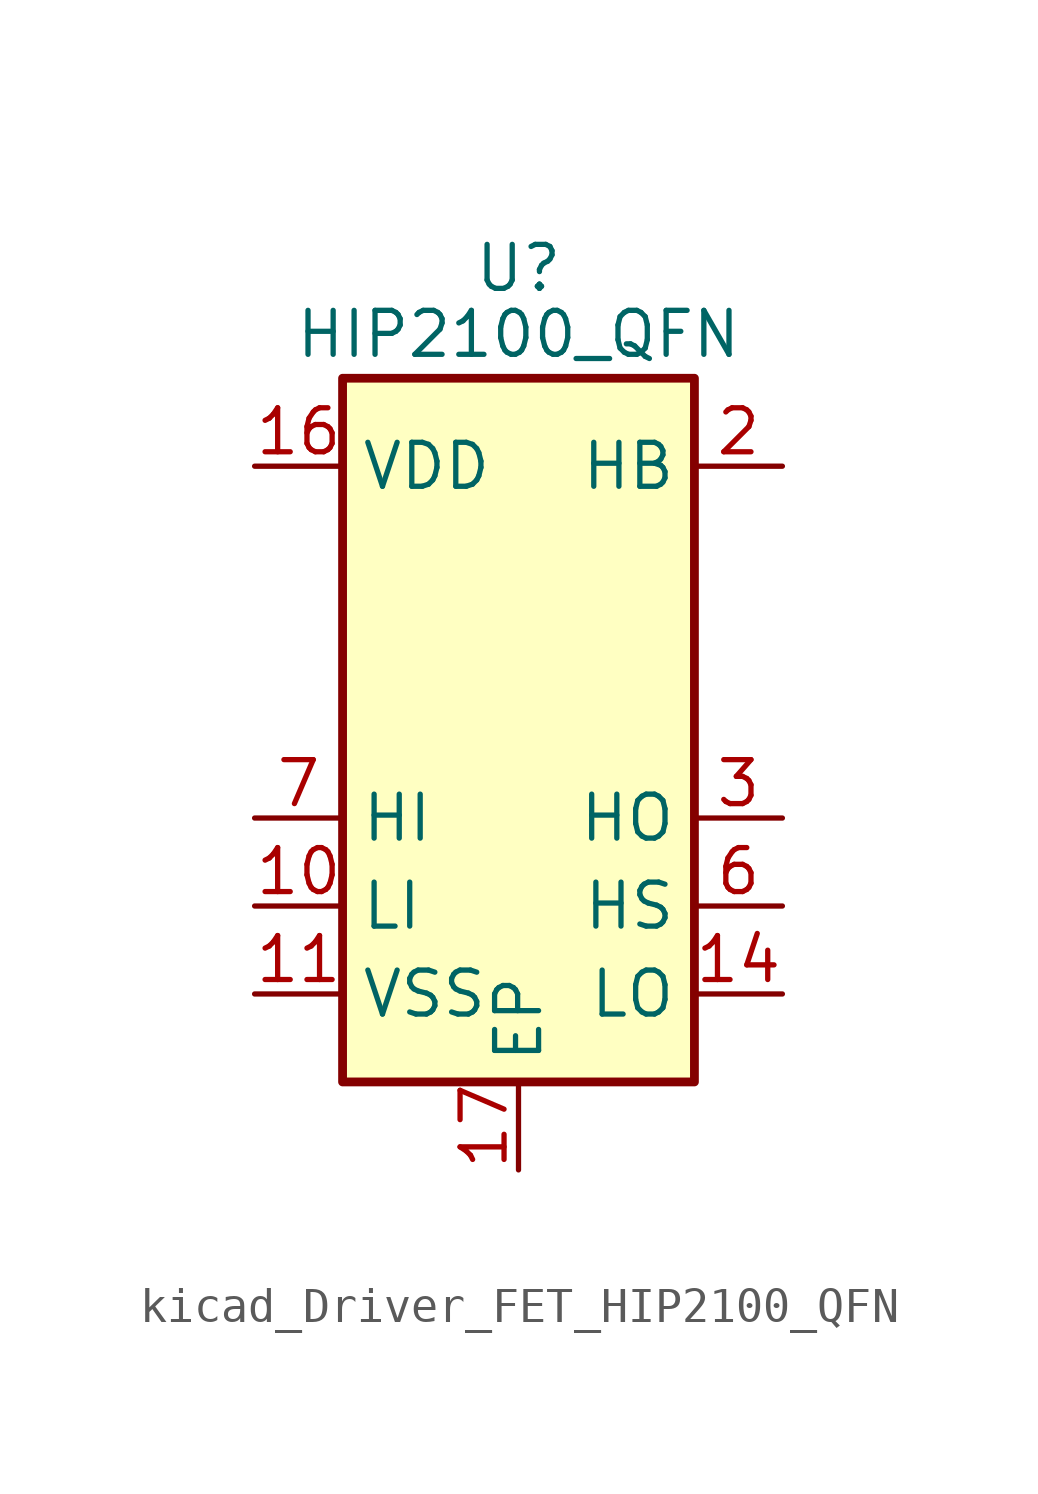
<source format=kicad_sym>
(kicad_symbol_lib
  (version 20220914)
  (generator kicad_symbol_editor)
  (symbol "kicad_Driver_FET_HIP2100_QFN"
    (property "Reference" "U"
      (at 0 13.335 0)
      (effects (font (size 1.27 1.27))))
    (property "Value" "HIP2100_QFN"
      (at 0 11.43 0)
      (effects (font (size 1.27 1.27))))
    (symbol "kicad_Driver_FET_HIP2100_QFN_0_1"
      (rectangle (start -5.08 -10.16) (end 5.08 10.16) (stroke (width 0.254) (type default)) (fill (type background))))
    (symbol "kicad_Driver_FET_HIP2100_QFN_1_1"
      (pin no_connect line (at -5.08 5.08 0) (length 2.54) hide (name "NC" (effects (font (size 1.27 1.27)))) (number "1" (effects (font (size 1.27 1.27)))))
      (pin input line (at -7.62 -5.08 0) (length 2.54) (name "LI" (effects (font (size 1.27 1.27)))) (number "10" (effects (font (size 1.27 1.27)))))
      (pin power_in line (at -7.62 -7.62 0) (length 2.54) (name "VSS" (effects (font (size 1.27 1.27)))) (number "11" (effects (font (size 1.27 1.27)))))
      (pin no_connect line (at 5.08 2.54 180) (length 2.54) hide (name "NC" (effects (font (size 1.27 1.27)))) (number "12" (effects (font (size 1.27 1.27)))))
      (pin no_connect line (at 5.08 0 180) (length 2.54) hide (name "NC" (effects (font (size 1.27 1.27)))) (number "13" (effects (font (size 1.27 1.27)))))
      (pin output line (at 7.62 -7.62 180) (length 2.54) (name "LO" (effects (font (size 1.27 1.27)))) (number "14" (effects (font (size 1.27 1.27)))))
      (pin no_connect line (at 5.08 -10.16 180) (length 2.54) hide (name "NC" (effects (font (size 1.27 1.27)))) (number "15" (effects (font (size 1.27 1.27)))))
      (pin power_in line (at -7.62 7.62 0) (length 2.54) (name "VDD" (effects (font (size 1.27 1.27)))) (number "16" (effects (font (size 1.27 1.27)))))
      (pin output line (at 0 -12.7 90) (length 2.54) (name "EP" (effects (font (size 1.27 1.27)))) (number "17" (effects (font (size 1.27 1.27)))))
      (pin passive line (at 7.62 7.62 180) (length 2.54) (name "HB" (effects (font (size 1.27 1.27)))) (number "2" (effects (font (size 1.27 1.27)))))
      (pin output line (at 7.62 -2.54 180) (length 2.54) (name "HO" (effects (font (size 1.27 1.27)))) (number "3" (effects (font (size 1.27 1.27)))))
      (pin no_connect line (at -5.08 2.54 0) (length 2.54) hide (name "NC" (effects (font (size 1.27 1.27)))) (number "4" (effects (font (size 1.27 1.27)))))
      (pin no_connect line (at -5.08 0 0) (length 2.54) hide (name "NC" (effects (font (size 1.27 1.27)))) (number "5" (effects (font (size 1.27 1.27)))))
      (pin passive line (at 7.62 -5.08 180) (length 2.54) (name "HS" (effects (font (size 1.27 1.27)))) (number "6" (effects (font (size 1.27 1.27)))))
      (pin input line (at -7.62 -2.54 0) (length 2.54) (name "HI" (effects (font (size 1.27 1.27)))) (number "7" (effects (font (size 1.27 1.27)))))
      (pin no_connect line (at -5.08 -10.16 0) (length 2.54) hide (name "NC" (effects (font (size 1.27 1.27)))) (number "8" (effects (font (size 1.27 1.27)))))
      (pin no_connect line (at 5.08 5.08 180) (length 2.54) hide (name "NC" (effects (font (size 1.27 1.27)))) (number "9" (effects (font (size 1.27 1.27))))))))
</source>
